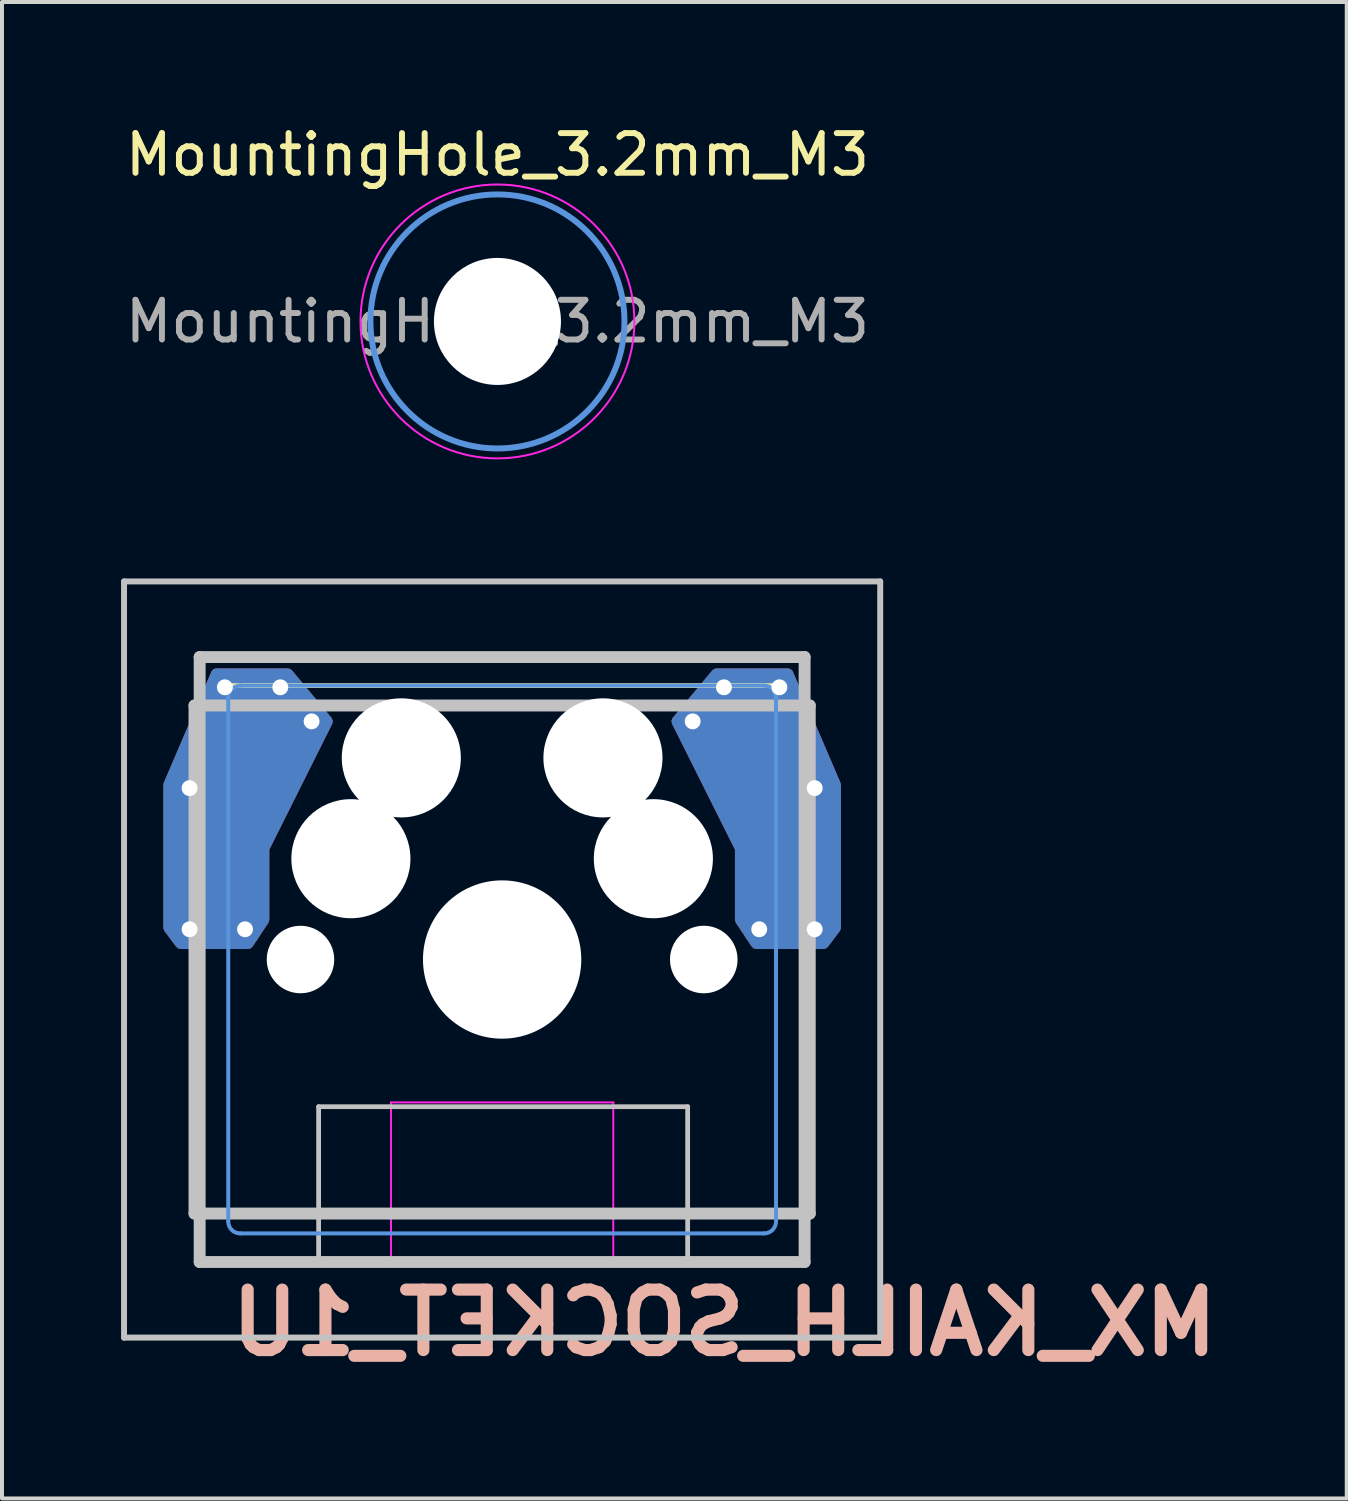
<source format=kicad_pcb>
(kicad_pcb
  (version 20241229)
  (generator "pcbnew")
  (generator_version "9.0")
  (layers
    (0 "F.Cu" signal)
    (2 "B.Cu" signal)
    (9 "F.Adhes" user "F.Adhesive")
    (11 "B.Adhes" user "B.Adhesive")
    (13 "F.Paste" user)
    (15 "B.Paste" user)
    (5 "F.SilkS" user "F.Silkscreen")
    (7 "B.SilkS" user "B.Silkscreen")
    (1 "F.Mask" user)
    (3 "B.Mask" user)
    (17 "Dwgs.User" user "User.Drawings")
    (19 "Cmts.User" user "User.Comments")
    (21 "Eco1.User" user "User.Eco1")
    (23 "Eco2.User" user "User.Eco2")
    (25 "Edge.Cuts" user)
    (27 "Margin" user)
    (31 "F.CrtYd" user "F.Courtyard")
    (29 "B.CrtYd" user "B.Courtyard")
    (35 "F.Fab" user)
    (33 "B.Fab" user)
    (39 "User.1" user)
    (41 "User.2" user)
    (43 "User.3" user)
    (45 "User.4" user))
  (footprint "MountingHole_3.2mm_M3"
    (layer "F.Cu")
    (at 9.482 5.048)
    (property "Reference" "MountingHole_3.2mm_M3" (at 0 -4.2 0) (layer "F.SilkS") (effects (font (size 1 1) (thickness 0.15))))
    (attr exclude_from_pos_files)
    (fp_circle (center 0 0) (end 3.2 0) (stroke (width 0.15) (type solid)) (fill no) (layer "Cmts.User"))
    (fp_circle (center 0 0) (end 3.45 0) (stroke (width 0.05) (type solid)) (fill no) (layer "F.CrtYd"))
    (fp_circle (center 0 0) (end 1.5 0) (stroke (width 0.1) (type solid)) (fill no) (layer "User.1"))
    (fp_text user "${REFERENCE}" (at 0 0 0) (layer "F.Fab") (effects (font (size 1 1) (thickness 0.15))))
    (pad "" np_thru_hole circle (at 0 0) (size 3.2 3.2) (drill 3.2) (layers "*.Cu" "*.Mask")))
  (footprint "MX_KAILH_SOCKET_1U"
    (layer "F.Cu")
    (at 9.6 21.123)
    (property "Reference" "MX_KAILH_SOCKET_1U" (at 5.6 9.15 0) (layer "B.SilkS") (effects (font (size 1.524 1.524) (thickness 0.305)) (justify mirror)))
    (attr through_hole)
    (fp_line (start 6.9 -6.9) (end -6.9 -6.9) (stroke (width 0.12) (type solid)) (layer "F.SilkS"))
    (fp_line (start -9.525 -9.525) (end 9.525 -9.525) (stroke (width 0.15) (type solid)) (layer "Dwgs.User"))
    (fp_line (start -9.525 9.525) (end -9.525 -9.525) (stroke (width 0.15) (type solid)) (layer "Dwgs.User"))
    (fp_line (start -7.75 6.4) (end -7.75 -6.4) (stroke (width 0.3) (type solid)) (layer "Dwgs.User"))
    (fp_line (start -7.75 6.4) (end 7.75 6.4) (stroke (width 0.3) (type solid)) (layer "Dwgs.User"))
    (fp_line (start -7.62 -7.62) (end 7.62 -7.62) (stroke (width 0.3) (type solid)) (layer "Dwgs.User"))
    (fp_line (start -7.62 7.62) (end -7.62 -7.62) (stroke (width 0.3) (type solid)) (layer "Dwgs.User"))
    (fp_line (start -4.623 3.708) (end -4.623 7.671) (stroke (width 0.12) (type solid)) (layer "Dwgs.User"))
    (fp_line (start 4.674 3.708) (end -4.623 3.708) (stroke (width 0.12) (type solid)) (layer "Dwgs.User"))
    (fp_line (start 4.674 3.708) (end 4.674 7.671) (stroke (width 0.12) (type solid)) (layer "Dwgs.User"))
    (fp_line (start 7.62 -7.62) (end 7.62 7.62) (stroke (width 0.3) (type solid)) (layer "Dwgs.User"))
    (fp_line (start 7.62 7.62) (end -7.62 7.62) (stroke (width 0.3) (type solid)) (layer "Dwgs.User"))
    (fp_line (start 7.75 -6.4) (end -7.75 -6.4) (stroke (width 0.3) (type solid)) (layer "Dwgs.User"))
    (fp_line (start 7.75 6.4) (end 7.75 -6.4) (stroke (width 0.3) (type solid)) (layer "Dwgs.User"))
    (fp_line (start 9.525 -9.525) (end 9.525 9.525) (stroke (width 0.15) (type solid)) (layer "Dwgs.User"))
    (fp_line (start 9.525 9.525) (end -9.525 9.525) (stroke (width 0.15) (type solid)) (layer "Dwgs.User"))
    (fp_line (start -6.9 -6.6) (end -6.9 6.6) (stroke (width 0.1) (type solid)) (layer "Cmts.User"))
    (fp_line (start -6.6 6.9) (end 6.6 6.9) (stroke (width 0.1) (type solid)) (layer "Cmts.User"))
    (fp_line (start 6.6 -6.9) (end -6.6 -6.9) (stroke (width 0.1) (type solid)) (layer "Cmts.User"))
    (fp_line (start 6.9 6.6) (end 6.9 -6.6) (stroke (width 0.1) (type solid)) (layer "Cmts.User"))
    (fp_arc (start -6.9 -6.6) (mid -6.812132 -6.812132) (end -6.6 -6.9) (stroke (width 0.1) (type solid)) (layer "Cmts.User"))
    (fp_arc (start -6.6 6.9) (mid -6.812132 6.812132) (end -6.9 6.6) (stroke (width 0.1) (type solid)) (layer "Cmts.User"))
    (fp_arc (start 6.6 -6.9) (mid 6.812132 -6.812132) (end 6.9 -6.6) (stroke (width 0.1) (type solid)) (layer "Cmts.User"))
    (fp_arc (start 6.9 6.6) (mid 6.812132 6.812132) (end 6.6 6.9) (stroke (width 0.1) (type solid)) (layer "Cmts.User"))
    (fp_line (start -6.95 -6.65) (end -6.95 6.65) (stroke (width 0.1) (type solid)) (layer "Eco1.User"))
    (fp_line (start -6.65 6.95) (end 6.65 6.95) (stroke (width 0.1) (type solid)) (layer "Eco1.User"))
    (fp_line (start 6.65 -6.95) (end -6.65 -6.95) (stroke (width 0.1) (type solid)) (layer "Eco1.User"))
    (fp_line (start 6.95 -6.65) (end 6.95 6.65) (stroke (width 0.1) (type solid)) (layer "Eco1.User"))
    (fp_arc (start -6.95 -6.65) (mid -6.862132 -6.862132) (end -6.65 -6.95) (stroke (width 0.1) (type solid)) (layer "Eco1.User"))
    (fp_arc (start -6.65 6.95) (mid -6.862132 6.862132) (end -6.95 6.65) (stroke (width 0.1) (type solid)) (layer "Eco1.User"))
    (fp_arc (start 6.65 -6.95) (mid 6.862132 -6.862132) (end 6.95 -6.65) (stroke (width 0.1) (type solid)) (layer "Eco1.User"))
    (fp_arc (start 6.95 6.65) (mid 6.862132 6.862132) (end 6.65 6.95) (stroke (width 0.1) (type solid)) (layer "Eco1.User"))
    (fp_line (start -9 -9) (end 9 -9) (stroke (width 0.12) (type solid)) (layer "Eco2.User"))
    (fp_line (start -9 9) (end -9 -9) (stroke (width 0.12) (type solid)) (layer "Eco2.User"))
    (fp_line (start 9 -9) (end 9 9) (stroke (width 0.12) (type solid)) (layer "Eco2.User"))
    (fp_line (start 9 9) (end -9 9) (stroke (width 0.12) (type solid)) (layer "Eco2.User"))
    (fp_line (start -2.8 3.6) (end -2.8 7.6) (stroke (width 0.05) (type solid)) (layer "F.CrtYd"))
    (fp_line (start -2.8 7.6) (end 2.8 7.6) (stroke (width 0.05) (type solid)) (layer "F.CrtYd"))
    (fp_line (start 2.8 3.6) (end -2.8 3.6) (stroke (width 0.05) (type solid)) (layer "F.CrtYd"))
    (fp_line (start 2.8 7.6) (end 2.8 3.6) (stroke (width 0.05) (type solid)) (layer "F.CrtYd"))
    (pad "" np_thru_hole circle (at -5.08 0) (size 1.7 1.7) (drill 1.7) (layers "*.Cu" "*.Mask"))
    (pad "" np_thru_hole circle (at -3.81 -2.54) (size 3 3) (drill 3) (layers "*.Cu" "*.Mask"))
    (pad "" np_thru_hole circle (at -2.54 -5.08) (size 3 3) (drill 3) (layers "*.Cu" "*.Mask"))
    (pad "" np_thru_hole circle (at 0 0) (size 3.988 3.988) (drill 3.988) (layers "*.Cu" "*.Mask"))
    (pad "" np_thru_hole circle (at 2.54 -5.08) (size 3 3) (drill 3) (layers "*.Cu" "*.Mask"))
    (pad "" np_thru_hole circle (at 3.81 -2.54) (size 3 3) (drill 3) (layers "*.Cu" "*.Mask"))
    (pad "" np_thru_hole circle (at 5.08 0) (size 1.702 1.702) (drill 1.702) (layers "*.Cu" "*.Mask"))
    (pad "1" thru_hole circle (at -7.874 -4.318) (size 0.8 0.8) (drill 0.4) (layers "*.Cu"))
    (pad "1" thru_hole circle (at -7.874 -0.762) (size 0.8 0.8) (drill 0.4) (layers "*.Cu"))
    (pad "1" smd custom (at -7.285 -2.54 180) (size 2.35 2.5) (layers "B.Cu") (options (anchor rect)) (primitives (gr_poly (pts (xy -1.285 -1.54) (xy -1.285 0.26) (xy -2.885 3.46) (xy -1.885 4.66) (xy -0.085 4.66) (xy 1.115 1.86) (xy 1.115 -1.74) (xy 0.815 -2.14) (xy -0.885 -2.14)) (width 0.27) (fill yes))))
    (pad "1" smd rect (at -7.2 -2.54 180) (size 2.35 2.5) (layers "B.Cu" "B.Mask"))
    (pad "1" thru_hole circle (at -6.985 -6.858) (size 0.8 0.8) (drill 0.4) (layers "*.Cu"))
    (pad "1" smd custom (at -6.499 -5.067 180) (size 2.15 2.5) (layers "F.Cu") (options (anchor rect)) (primitives (gr_poly (pts (xy -0.499 -4.067) (xy -0.499 -2.267) (xy -2.099 0.933) (xy -1.099 2.133) (xy 0.701 2.133) (xy 1.901 -0.667) (xy 1.901 -4.267) (xy 1.601 -4.667) (xy -0.099 -4.667)) (width 0.27) (fill yes))))
    (pad "1" thru_hole circle (at -6.477 -0.762) (size 0.8 0.8) (drill 0.4) (layers "*.Cu"))
    (pad "1" smd rect (at -6.399 -5.067 180) (size 2.15 2.5) (layers "F.Cu" "F.Mask"))
    (pad "1" thru_hole circle (at -5.588 -6.858) (size 0.8 0.8) (drill 0.4) (layers "*.Cu"))
    (pad "1" thru_hole circle (at -4.8 -6) (size 0.8 0.8) (drill 0.4) (layers "*.Cu"))
    (pad "2" thru_hole circle (at 4.8 -6) (size 0.8 0.8) (drill 0.4) (layers "*.Cu"))
    (pad "2" thru_hole circle (at 5.588 -6.858) (size 0.8 0.8) (drill 0.4) (layers "*.Cu"))
    (pad "2" smd rect (at 6.425 -5.067) (size 2.15 2.5) (layers "B.Cu" "B.Mask"))
    (pad "2" smd custom (at 6.425 -5.067 180) (size 2.15 2.5) (layers "B.Cu") (options (anchor rect)) (primitives (gr_poly (pts (xy 0.425 -4.067) (xy 0.425 -2.267) (xy 2.025 0.933) (xy 1.025 2.133) (xy -0.775 2.133) (xy -1.975 -0.667) (xy -1.975 -4.267) (xy -1.675 -4.667) (xy 0.025 -4.667)) (width 0.27) (fill yes))))
    (pad "2" thru_hole circle (at 6.477 -0.762) (size 0.8 0.8) (drill 0.4) (layers "*.Cu"))
    (pad "2" thru_hole circle (at 6.985 -6.858) (size 0.8 0.8) (drill 0.4) (layers "*.Cu"))
    (pad "2" smd rect (at 7.212 -2.54) (size 2.35 2.5) (layers "F.Cu" "F.Mask"))
    (pad "2" smd custom (at 7.212 -2.54 180) (size 2.35 2.5) (layers "F.Cu") (options (anchor rect)) (primitives (gr_poly (pts (xy 1.212 -1.54) (xy 1.212 0.26) (xy 2.812 3.46) (xy 1.812 4.66) (xy 0.012 4.66) (xy -1.188 1.86) (xy -1.188 -1.74) (xy -0.888 -2.14) (xy 0.812 -2.14)) (width 0.27) (fill yes))))
    (pad "2" thru_hole circle (at 7.874 -4.318) (size 0.8 0.8) (drill 0.4) (layers "*.Cu"))
    (pad "2" thru_hole circle (at 7.874 -0.762) (size 0.8 0.8) (drill 0.4) (layers "*.Cu")))
  (gr_rect
    (start -3 -3)
    (end 30.878 34.7)
    (stroke (width 0.1) (type default))
    (fill no)
    (layer "Edge.Cuts")))
</source>
